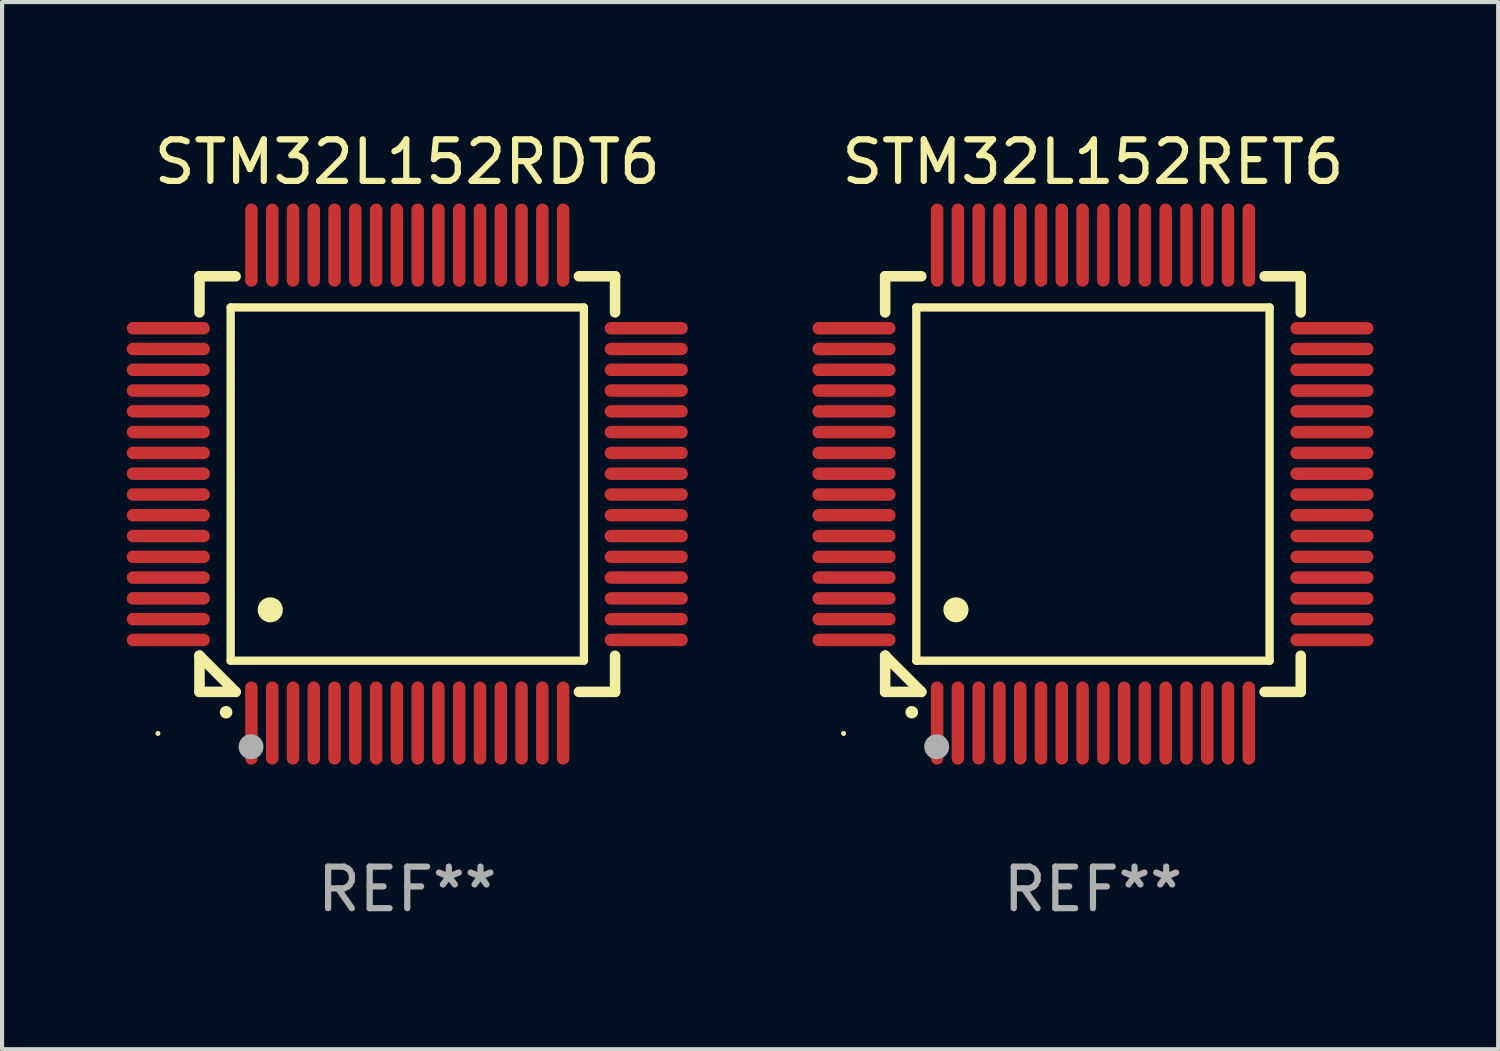
<source format=kicad_pcb>
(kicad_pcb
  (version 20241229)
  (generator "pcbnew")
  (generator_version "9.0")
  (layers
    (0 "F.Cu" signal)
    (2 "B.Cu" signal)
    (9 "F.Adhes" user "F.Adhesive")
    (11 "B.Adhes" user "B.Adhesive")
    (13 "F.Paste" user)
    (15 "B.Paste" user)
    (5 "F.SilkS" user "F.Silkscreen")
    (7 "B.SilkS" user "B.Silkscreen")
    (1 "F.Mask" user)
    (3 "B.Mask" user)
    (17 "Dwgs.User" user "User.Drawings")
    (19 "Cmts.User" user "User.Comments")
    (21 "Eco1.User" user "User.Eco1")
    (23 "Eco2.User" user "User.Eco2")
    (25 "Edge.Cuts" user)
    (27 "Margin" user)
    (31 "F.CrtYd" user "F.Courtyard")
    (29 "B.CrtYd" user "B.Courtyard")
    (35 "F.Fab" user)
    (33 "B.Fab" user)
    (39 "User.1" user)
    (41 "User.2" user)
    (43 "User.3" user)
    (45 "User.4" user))
  (footprint "STM32L152RDT6"
    (layer "F.Cu")
    (at 6.75 8.598)
    (property "Reference" "STM32L152RDT6" (at 0 -7.75 0) (layer "F.SilkS") (effects (font (size 1 1) (thickness 0.15))))
    (attr through_hole)
    (fp_line (start -5 -5) (end -4.131 -5) (stroke (width 0.254) (type solid)) (layer "F.SilkS"))
    (fp_line (start -5 -4.131) (end -5 -5) (stroke (width 0.254) (type solid)) (layer "F.SilkS"))
    (fp_line (start -5 4.131) (end -5 4.131) (stroke (width 0.254) (type solid)) (layer "F.SilkS"))
    (fp_line (start -5 5) (end -5 4.131) (stroke (width 0.254) (type solid)) (layer "F.SilkS"))
    (fp_line (start -5 4.131) (end -4.131 5) (stroke (width 0.254) (type solid)) (layer "F.SilkS"))
    (fp_line (start -4.25 -4.25) (end -4.25 4.25) (stroke (width 0.2) (type solid)) (layer "F.SilkS"))
    (fp_line (start -4.25 4.25) (end 4.25 4.25) (stroke (width 0.2) (type solid)) (layer "F.SilkS"))
    (fp_line (start -4.131 5) (end -5 5) (stroke (width 0.254) (type solid)) (layer "F.SilkS"))
    (fp_line (start 4.25 -4.25) (end -4.25 -4.25) (stroke (width 0.2) (type solid)) (layer "F.SilkS"))
    (fp_line (start 4.25 4.25) (end 4.25 -4.25) (stroke (width 0.2) (type solid)) (layer "F.SilkS"))
    (fp_line (start 5 -5) (end 4.131 -5) (stroke (width 0.254) (type solid)) (layer "F.SilkS"))
    (fp_line (start 5 -5) (end 5 -4.131) (stroke (width 0.254) (type solid)) (layer "F.SilkS"))
    (fp_line (start 5 4.131) (end 5 5) (stroke (width 0.254) (type solid)) (layer "F.SilkS"))
    (fp_line (start 5 5) (end 4.131 5) (stroke (width 0.254) (type solid)) (layer "F.SilkS"))
    (fp_arc (start -4.361265 5.489992) (mid -4.359995 5.489987) (end -4.358725 5.489992) (stroke (width 0.3) (type solid)) (layer "F.SilkS"))
    (fp_arc (start -3.299467 3.025146) (mid -3.296927 3.025135) (end -3.294387 3.025146) (stroke (width 0.6) (type solid)) (layer "F.SilkS"))
    (fp_circle (center -6 6) (end -5.97 6) (stroke (width 0.06) (type solid)) (fill no) (layer "F.SilkS"))
    (fp_circle (center -3.76 6.32) (end -3.61 6.32) (stroke (width 0.3) (type solid)) (fill no) (layer "F.Fab"))
    (fp_text user "REF**" (at 0 9.75 0) (layer "F.Fab") (effects (font (size 1 1) (thickness 0.15))))
    (pad "1" smd oval (at -3.75 5.75) (size 0.3 2) (layers "F.Cu" "F.Mask" "F.Paste"))
    (pad "2" smd oval (at -3.25 5.75) (size 0.3 2) (layers "F.Cu" "F.Mask" "F.Paste"))
    (pad "3" smd oval (at -2.75 5.75) (size 0.3 2) (layers "F.Cu" "F.Mask" "F.Paste"))
    (pad "4" smd oval (at -2.25 5.75) (size 0.3 2) (layers "F.Cu" "F.Mask" "F.Paste"))
    (pad "5" smd oval (at -1.75 5.75) (size 0.3 2) (layers "F.Cu" "F.Mask" "F.Paste"))
    (pad "6" smd oval (at -1.25 5.75) (size 0.3 2) (layers "F.Cu" "F.Mask" "F.Paste"))
    (pad "7" smd oval (at -0.75 5.75) (size 0.3 2) (layers "F.Cu" "F.Mask" "F.Paste"))
    (pad "8" smd oval (at -0.25 5.75) (size 0.3 2) (layers "F.Cu" "F.Mask" "F.Paste"))
    (pad "9" smd oval (at 0.25 5.75) (size 0.3 2) (layers "F.Cu" "F.Mask" "F.Paste"))
    (pad "10" smd oval (at 0.75 5.75) (size 0.3 2) (layers "F.Cu" "F.Mask" "F.Paste"))
    (pad "11" smd oval (at 1.25 5.75) (size 0.3 2) (layers "F.Cu" "F.Mask" "F.Paste"))
    (pad "12" smd oval (at 1.75 5.75) (size 0.3 2) (layers "F.Cu" "F.Mask" "F.Paste"))
    (pad "13" smd oval (at 2.25 5.75) (size 0.3 2) (layers "F.Cu" "F.Mask" "F.Paste"))
    (pad "14" smd oval (at 2.75 5.75) (size 0.3 2) (layers "F.Cu" "F.Mask" "F.Paste"))
    (pad "15" smd oval (at 3.25 5.75) (size 0.3 2) (layers "F.Cu" "F.Mask" "F.Paste"))
    (pad "16" smd oval (at 3.75 5.75) (size 0.3 2) (layers "F.Cu" "F.Mask" "F.Paste"))
    (pad "17" smd oval (at 5.75 3.75) (size 2 0.3) (layers "F.Cu" "F.Mask" "F.Paste"))
    (pad "18" smd oval (at 5.75 3.25) (size 2 0.3) (layers "F.Cu" "F.Mask" "F.Paste"))
    (pad "19" smd oval (at 5.75 2.75) (size 2 0.3) (layers "F.Cu" "F.Mask" "F.Paste"))
    (pad "20" smd oval (at 5.75 2.25) (size 2 0.3) (layers "F.Cu" "F.Mask" "F.Paste"))
    (pad "21" smd oval (at 5.75 1.75) (size 2 0.3) (layers "F.Cu" "F.Mask" "F.Paste"))
    (pad "22" smd oval (at 5.75 1.25) (size 2 0.3) (layers "F.Cu" "F.Mask" "F.Paste"))
    (pad "23" smd oval (at 5.75 0.75) (size 2 0.3) (layers "F.Cu" "F.Mask" "F.Paste"))
    (pad "24" smd oval (at 5.75 0.25) (size 2 0.3) (layers "F.Cu" "F.Mask" "F.Paste"))
    (pad "25" smd oval (at 5.75 -0.25) (size 2 0.3) (layers "F.Cu" "F.Mask" "F.Paste"))
    (pad "26" smd oval (at 5.75 -0.75) (size 2 0.3) (layers "F.Cu" "F.Mask" "F.Paste"))
    (pad "27" smd oval (at 5.75 -1.25) (size 2 0.3) (layers "F.Cu" "F.Mask" "F.Paste"))
    (pad "28" smd oval (at 5.75 -1.75) (size 2 0.3) (layers "F.Cu" "F.Mask" "F.Paste"))
    (pad "29" smd oval (at 5.75 -2.25) (size 2 0.3) (layers "F.Cu" "F.Mask" "F.Paste"))
    (pad "30" smd oval (at 5.75 -2.75) (size 2 0.3) (layers "F.Cu" "F.Mask" "F.Paste"))
    (pad "31" smd oval (at 5.75 -3.25) (size 2 0.3) (layers "F.Cu" "F.Mask" "F.Paste"))
    (pad "32" smd oval (at 5.75 -3.75) (size 2 0.3) (layers "F.Cu" "F.Mask" "F.Paste"))
    (pad "33" smd oval (at 3.75 -5.75) (size 0.3 2) (layers "F.Cu" "F.Mask" "F.Paste"))
    (pad "34" smd oval (at 3.25 -5.75) (size 0.3 2) (layers "F.Cu" "F.Mask" "F.Paste"))
    (pad "35" smd oval (at 2.75 -5.75) (size 0.3 2) (layers "F.Cu" "F.Mask" "F.Paste"))
    (pad "36" smd oval (at 2.25 -5.75) (size 0.3 2) (layers "F.Cu" "F.Mask" "F.Paste"))
    (pad "37" smd oval (at 1.75 -5.75) (size 0.3 2) (layers "F.Cu" "F.Mask" "F.Paste"))
    (pad "38" smd oval (at 1.25 -5.75) (size 0.3 2) (layers "F.Cu" "F.Mask" "F.Paste"))
    (pad "39" smd oval (at 0.75 -5.75) (size 0.3 2) (layers "F.Cu" "F.Mask" "F.Paste"))
    (pad "40" smd oval (at 0.25 -5.75) (size 0.3 2) (layers "F.Cu" "F.Mask" "F.Paste"))
    (pad "41" smd oval (at -0.25 -5.75) (size 0.3 2) (layers "F.Cu" "F.Mask" "F.Paste"))
    (pad "42" smd oval (at -0.75 -5.75) (size 0.3 2) (layers "F.Cu" "F.Mask" "F.Paste"))
    (pad "43" smd oval (at -1.25 -5.75) (size 0.3 2) (layers "F.Cu" "F.Mask" "F.Paste"))
    (pad "44" smd oval (at -1.75 -5.75) (size 0.3 2) (layers "F.Cu" "F.Mask" "F.Paste"))
    (pad "45" smd oval (at -2.25 -5.75) (size 0.3 2) (layers "F.Cu" "F.Mask" "F.Paste"))
    (pad "46" smd oval (at -2.75 -5.75) (size 0.3 2) (layers "F.Cu" "F.Mask" "F.Paste"))
    (pad "47" smd oval (at -3.25 -5.75) (size 0.3 2) (layers "F.Cu" "F.Mask" "F.Paste"))
    (pad "48" smd oval (at -3.75 -5.75) (size 0.3 2) (layers "F.Cu" "F.Mask" "F.Paste"))
    (pad "49" smd oval (at -5.75 -3.75) (size 2 0.3) (layers "F.Cu" "F.Mask" "F.Paste"))
    (pad "50" smd oval (at -5.75 -3.25) (size 2 0.3) (layers "F.Cu" "F.Mask" "F.Paste"))
    (pad "51" smd oval (at -5.75 -2.75) (size 2 0.3) (layers "F.Cu" "F.Mask" "F.Paste"))
    (pad "52" smd oval (at -5.75 -2.25) (size 2 0.3) (layers "F.Cu" "F.Mask" "F.Paste"))
    (pad "53" smd oval (at -5.75 -1.75) (size 2 0.3) (layers "F.Cu" "F.Mask" "F.Paste"))
    (pad "54" smd oval (at -5.75 -1.25) (size 2 0.3) (layers "F.Cu" "F.Mask" "F.Paste"))
    (pad "55" smd oval (at -5.75 -0.75) (size 2 0.3) (layers "F.Cu" "F.Mask" "F.Paste"))
    (pad "56" smd oval (at -5.75 -0.25) (size 2 0.3) (layers "F.Cu" "F.Mask" "F.Paste"))
    (pad "57" smd oval (at -5.75 0.25) (size 2 0.3) (layers "F.Cu" "F.Mask" "F.Paste"))
    (pad "58" smd oval (at -5.75 0.75) (size 2 0.3) (layers "F.Cu" "F.Mask" "F.Paste"))
    (pad "59" smd oval (at -5.75 1.25) (size 2 0.3) (layers "F.Cu" "F.Mask" "F.Paste"))
    (pad "60" smd oval (at -5.75 1.75) (size 2 0.3) (layers "F.Cu" "F.Mask" "F.Paste"))
    (pad "61" smd oval (at -5.75 2.25) (size 2 0.3) (layers "F.Cu" "F.Mask" "F.Paste"))
    (pad "62" smd oval (at -5.75 2.75) (size 2 0.3) (layers "F.Cu" "F.Mask" "F.Paste"))
    (pad "63" smd oval (at -5.75 3.25) (size 2 0.3) (layers "F.Cu" "F.Mask" "F.Paste"))
    (pad "64" smd oval (at -5.75 3.75) (size 2 0.3) (layers "F.Cu" "F.Mask" "F.Paste")))
  (footprint "STM32L152RET6"
    (layer "F.Cu")
    (at 23.249 8.598)
    (property "Reference" "STM32L152RET6" (at 0 -7.75 0) (layer "F.SilkS") (effects (font (size 1 1) (thickness 0.15))))
    (attr through_hole)
    (fp_line (start -5 -5) (end -4.131 -5) (stroke (width 0.254) (type solid)) (layer "F.SilkS"))
    (fp_line (start -5 -4.131) (end -5 -5) (stroke (width 0.254) (type solid)) (layer "F.SilkS"))
    (fp_line (start -5 4.131) (end -5 4.131) (stroke (width 0.254) (type solid)) (layer "F.SilkS"))
    (fp_line (start -5 5) (end -5 4.131) (stroke (width 0.254) (type solid)) (layer "F.SilkS"))
    (fp_line (start -5 4.131) (end -4.131 5) (stroke (width 0.254) (type solid)) (layer "F.SilkS"))
    (fp_line (start -4.25 -4.25) (end -4.25 4.25) (stroke (width 0.2) (type solid)) (layer "F.SilkS"))
    (fp_line (start -4.25 4.25) (end 4.25 4.25) (stroke (width 0.2) (type solid)) (layer "F.SilkS"))
    (fp_line (start -4.131 5) (end -5 5) (stroke (width 0.254) (type solid)) (layer "F.SilkS"))
    (fp_line (start 4.25 -4.25) (end -4.25 -4.25) (stroke (width 0.2) (type solid)) (layer "F.SilkS"))
    (fp_line (start 4.25 4.25) (end 4.25 -4.25) (stroke (width 0.2) (type solid)) (layer "F.SilkS"))
    (fp_line (start 5 -5) (end 4.131 -5) (stroke (width 0.254) (type solid)) (layer "F.SilkS"))
    (fp_line (start 5 -5) (end 5 -4.131) (stroke (width 0.254) (type solid)) (layer "F.SilkS"))
    (fp_line (start 5 4.131) (end 5 5) (stroke (width 0.254) (type solid)) (layer "F.SilkS"))
    (fp_line (start 5 5) (end 4.131 5) (stroke (width 0.254) (type solid)) (layer "F.SilkS"))
    (fp_arc (start -4.361265 5.489992) (mid -4.359995 5.489987) (end -4.358725 5.489992) (stroke (width 0.3) (type solid)) (layer "F.SilkS"))
    (fp_arc (start -3.299467 3.025146) (mid -3.296927 3.025135) (end -3.294387 3.025146) (stroke (width 0.6) (type solid)) (layer "F.SilkS"))
    (fp_circle (center -6 6) (end -5.97 6) (stroke (width 0.06) (type solid)) (fill no) (layer "F.SilkS"))
    (fp_circle (center -3.76 6.32) (end -3.61 6.32) (stroke (width 0.3) (type solid)) (fill no) (layer "F.Fab"))
    (fp_text user "REF**" (at 0 9.75 0) (layer "F.Fab") (effects (font (size 1 1) (thickness 0.15))))
    (pad "1" smd oval (at -3.75 5.75) (size 0.3 2) (layers "F.Cu" "F.Mask" "F.Paste"))
    (pad "2" smd oval (at -3.25 5.75) (size 0.3 2) (layers "F.Cu" "F.Mask" "F.Paste"))
    (pad "3" smd oval (at -2.75 5.75) (size 0.3 2) (layers "F.Cu" "F.Mask" "F.Paste"))
    (pad "4" smd oval (at -2.25 5.75) (size 0.3 2) (layers "F.Cu" "F.Mask" "F.Paste"))
    (pad "5" smd oval (at -1.75 5.75) (size 0.3 2) (layers "F.Cu" "F.Mask" "F.Paste"))
    (pad "6" smd oval (at -1.25 5.75) (size 0.3 2) (layers "F.Cu" "F.Mask" "F.Paste"))
    (pad "7" smd oval (at -0.75 5.75) (size 0.3 2) (layers "F.Cu" "F.Mask" "F.Paste"))
    (pad "8" smd oval (at -0.25 5.75) (size 0.3 2) (layers "F.Cu" "F.Mask" "F.Paste"))
    (pad "9" smd oval (at 0.25 5.75) (size 0.3 2) (layers "F.Cu" "F.Mask" "F.Paste"))
    (pad "10" smd oval (at 0.75 5.75) (size 0.3 2) (layers "F.Cu" "F.Mask" "F.Paste"))
    (pad "11" smd oval (at 1.25 5.75) (size 0.3 2) (layers "F.Cu" "F.Mask" "F.Paste"))
    (pad "12" smd oval (at 1.75 5.75) (size 0.3 2) (layers "F.Cu" "F.Mask" "F.Paste"))
    (pad "13" smd oval (at 2.25 5.75) (size 0.3 2) (layers "F.Cu" "F.Mask" "F.Paste"))
    (pad "14" smd oval (at 2.75 5.75) (size 0.3 2) (layers "F.Cu" "F.Mask" "F.Paste"))
    (pad "15" smd oval (at 3.25 5.75) (size 0.3 2) (layers "F.Cu" "F.Mask" "F.Paste"))
    (pad "16" smd oval (at 3.75 5.75) (size 0.3 2) (layers "F.Cu" "F.Mask" "F.Paste"))
    (pad "17" smd oval (at 5.75 3.75) (size 2 0.3) (layers "F.Cu" "F.Mask" "F.Paste"))
    (pad "18" smd oval (at 5.75 3.25) (size 2 0.3) (layers "F.Cu" "F.Mask" "F.Paste"))
    (pad "19" smd oval (at 5.75 2.75) (size 2 0.3) (layers "F.Cu" "F.Mask" "F.Paste"))
    (pad "20" smd oval (at 5.75 2.25) (size 2 0.3) (layers "F.Cu" "F.Mask" "F.Paste"))
    (pad "21" smd oval (at 5.75 1.75) (size 2 0.3) (layers "F.Cu" "F.Mask" "F.Paste"))
    (pad "22" smd oval (at 5.75 1.25) (size 2 0.3) (layers "F.Cu" "F.Mask" "F.Paste"))
    (pad "23" smd oval (at 5.75 0.75) (size 2 0.3) (layers "F.Cu" "F.Mask" "F.Paste"))
    (pad "24" smd oval (at 5.75 0.25) (size 2 0.3) (layers "F.Cu" "F.Mask" "F.Paste"))
    (pad "25" smd oval (at 5.75 -0.25) (size 2 0.3) (layers "F.Cu" "F.Mask" "F.Paste"))
    (pad "26" smd oval (at 5.75 -0.75) (size 2 0.3) (layers "F.Cu" "F.Mask" "F.Paste"))
    (pad "27" smd oval (at 5.75 -1.25) (size 2 0.3) (layers "F.Cu" "F.Mask" "F.Paste"))
    (pad "28" smd oval (at 5.75 -1.75) (size 2 0.3) (layers "F.Cu" "F.Mask" "F.Paste"))
    (pad "29" smd oval (at 5.75 -2.25) (size 2 0.3) (layers "F.Cu" "F.Mask" "F.Paste"))
    (pad "30" smd oval (at 5.75 -2.75) (size 2 0.3) (layers "F.Cu" "F.Mask" "F.Paste"))
    (pad "31" smd oval (at 5.75 -3.25) (size 2 0.3) (layers "F.Cu" "F.Mask" "F.Paste"))
    (pad "32" smd oval (at 5.75 -3.75) (size 2 0.3) (layers "F.Cu" "F.Mask" "F.Paste"))
    (pad "33" smd oval (at 3.75 -5.75) (size 0.3 2) (layers "F.Cu" "F.Mask" "F.Paste"))
    (pad "34" smd oval (at 3.25 -5.75) (size 0.3 2) (layers "F.Cu" "F.Mask" "F.Paste"))
    (pad "35" smd oval (at 2.75 -5.75) (size 0.3 2) (layers "F.Cu" "F.Mask" "F.Paste"))
    (pad "36" smd oval (at 2.25 -5.75) (size 0.3 2) (layers "F.Cu" "F.Mask" "F.Paste"))
    (pad "37" smd oval (at 1.75 -5.75) (size 0.3 2) (layers "F.Cu" "F.Mask" "F.Paste"))
    (pad "38" smd oval (at 1.25 -5.75) (size 0.3 2) (layers "F.Cu" "F.Mask" "F.Paste"))
    (pad "39" smd oval (at 0.75 -5.75) (size 0.3 2) (layers "F.Cu" "F.Mask" "F.Paste"))
    (pad "40" smd oval (at 0.25 -5.75) (size 0.3 2) (layers "F.Cu" "F.Mask" "F.Paste"))
    (pad "41" smd oval (at -0.25 -5.75) (size 0.3 2) (layers "F.Cu" "F.Mask" "F.Paste"))
    (pad "42" smd oval (at -0.75 -5.75) (size 0.3 2) (layers "F.Cu" "F.Mask" "F.Paste"))
    (pad "43" smd oval (at -1.25 -5.75) (size 0.3 2) (layers "F.Cu" "F.Mask" "F.Paste"))
    (pad "44" smd oval (at -1.75 -5.75) (size 0.3 2) (layers "F.Cu" "F.Mask" "F.Paste"))
    (pad "45" smd oval (at -2.25 -5.75) (size 0.3 2) (layers "F.Cu" "F.Mask" "F.Paste"))
    (pad "46" smd oval (at -2.75 -5.75) (size 0.3 2) (layers "F.Cu" "F.Mask" "F.Paste"))
    (pad "47" smd oval (at -3.25 -5.75) (size 0.3 2) (layers "F.Cu" "F.Mask" "F.Paste"))
    (pad "48" smd oval (at -3.75 -5.75) (size 0.3 2) (layers "F.Cu" "F.Mask" "F.Paste"))
    (pad "49" smd oval (at -5.75 -3.75) (size 2 0.3) (layers "F.Cu" "F.Mask" "F.Paste"))
    (pad "50" smd oval (at -5.75 -3.25) (size 2 0.3) (layers "F.Cu" "F.Mask" "F.Paste"))
    (pad "51" smd oval (at -5.75 -2.75) (size 2 0.3) (layers "F.Cu" "F.Mask" "F.Paste"))
    (pad "52" smd oval (at -5.75 -2.25) (size 2 0.3) (layers "F.Cu" "F.Mask" "F.Paste"))
    (pad "53" smd oval (at -5.75 -1.75) (size 2 0.3) (layers "F.Cu" "F.Mask" "F.Paste"))
    (pad "54" smd oval (at -5.75 -1.25) (size 2 0.3) (layers "F.Cu" "F.Mask" "F.Paste"))
    (pad "55" smd oval (at -5.75 -0.75) (size 2 0.3) (layers "F.Cu" "F.Mask" "F.Paste"))
    (pad "56" smd oval (at -5.75 -0.25) (size 2 0.3) (layers "F.Cu" "F.Mask" "F.Paste"))
    (pad "57" smd oval (at -5.75 0.25) (size 2 0.3) (layers "F.Cu" "F.Mask" "F.Paste"))
    (pad "58" smd oval (at -5.75 0.75) (size 2 0.3) (layers "F.Cu" "F.Mask" "F.Paste"))
    (pad "59" smd oval (at -5.75 1.25) (size 2 0.3) (layers "F.Cu" "F.Mask" "F.Paste"))
    (pad "60" smd oval (at -5.75 1.75) (size 2 0.3) (layers "F.Cu" "F.Mask" "F.Paste"))
    (pad "61" smd oval (at -5.75 2.25) (size 2 0.3) (layers "F.Cu" "F.Mask" "F.Paste"))
    (pad "62" smd oval (at -5.75 2.75) (size 2 0.3) (layers "F.Cu" "F.Mask" "F.Paste"))
    (pad "63" smd oval (at -5.75 3.25) (size 2 0.3) (layers "F.Cu" "F.Mask" "F.Paste"))
    (pad "64" smd oval (at -5.75 3.75) (size 2 0.3) (layers "F.Cu" "F.Mask" "F.Paste")))
  (gr_rect
    (start -3 -3)
    (end 32.999 22.196)
    (stroke (width 0.1) (type default))
    (fill no)
    (layer "Edge.Cuts")))
</source>
